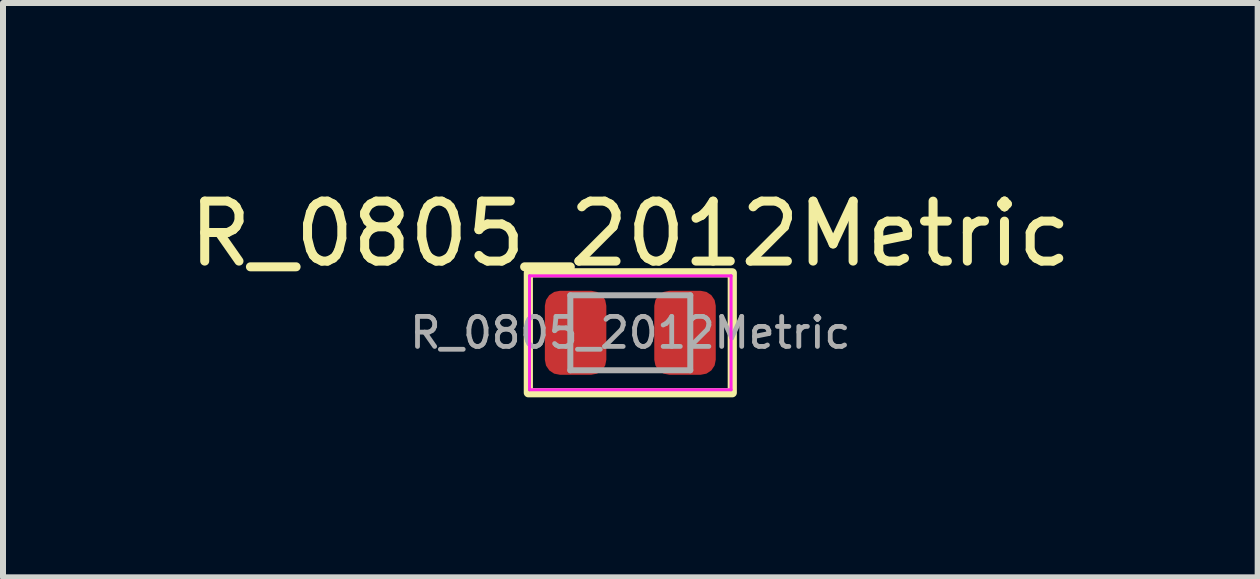
<source format=kicad_pcb>
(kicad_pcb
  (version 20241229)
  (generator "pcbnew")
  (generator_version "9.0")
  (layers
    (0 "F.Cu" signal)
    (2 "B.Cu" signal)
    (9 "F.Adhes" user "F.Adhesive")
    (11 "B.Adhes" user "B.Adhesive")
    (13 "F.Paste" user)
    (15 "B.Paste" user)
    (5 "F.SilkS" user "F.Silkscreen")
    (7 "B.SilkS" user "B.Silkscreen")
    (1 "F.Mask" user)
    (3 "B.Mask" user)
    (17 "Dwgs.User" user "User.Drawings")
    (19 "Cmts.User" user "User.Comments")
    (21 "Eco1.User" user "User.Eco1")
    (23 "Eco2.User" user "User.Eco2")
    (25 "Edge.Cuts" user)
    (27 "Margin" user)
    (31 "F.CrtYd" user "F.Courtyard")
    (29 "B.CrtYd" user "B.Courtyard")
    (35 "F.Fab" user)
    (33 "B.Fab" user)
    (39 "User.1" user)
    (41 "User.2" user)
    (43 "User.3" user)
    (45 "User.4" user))
  (footprint "R_0805_2012Metric"
    (layer "F.Cu")
    (at 7.458 2.498)
    (property "Reference" "R_0805_2012Metric" (at 0 -1.65 0) (layer "F.SilkS") (effects (font (size 1 1) (thickness 0.15))))
    (attr smd)
    (fp_rect (start -1.7 -1) (end 1.7 1) (stroke (width 0.153) (type solid)) (fill no) (layer "F.SilkS"))
    (fp_line (start -1.68 -0.95) (end 1.68 -0.95) (stroke (width 0.05) (type solid)) (layer "F.CrtYd"))
    (fp_line (start -1.68 0.95) (end -1.68 -0.95) (stroke (width 0.05) (type solid)) (layer "F.CrtYd"))
    (fp_line (start 1.68 -0.95) (end 1.68 0.95) (stroke (width 0.05) (type solid)) (layer "F.CrtYd"))
    (fp_line (start 1.68 0.95) (end -1.68 0.95) (stroke (width 0.05) (type solid)) (layer "F.CrtYd"))
    (fp_line (start -1 -0.625) (end 1 -0.625) (stroke (width 0.1) (type solid)) (layer "F.Fab"))
    (fp_line (start -1 0.625) (end -1 -0.625) (stroke (width 0.1) (type solid)) (layer "F.Fab"))
    (fp_line (start 1 -0.625) (end 1 0.625) (stroke (width 0.1) (type solid)) (layer "F.Fab"))
    (fp_line (start 1 0.625) (end -1 0.625) (stroke (width 0.1) (type solid)) (layer "F.Fab"))
    (fp_text user "${REFERENCE}" (at 0 0 0) (layer "F.Fab") (effects (font (size 0.5 0.5) (thickness 0.08))))
    (pad "1" smd roundrect (at -0.912 0) (size 1.025 1.4) (layers "F.Cu" "F.Mask" "F.Paste") (roundrect_rratio 0.244))
    (pad "2" smd roundrect (at 0.912 0) (size 1.025 1.4) (layers "F.Cu" "F.Mask" "F.Paste") (roundrect_rratio 0.244)))
  (gr_rect
    (start -3 -3)
    (end 17.917 6.575)
    (stroke (width 0.1) (type default))
    (fill no)
    (layer "Edge.Cuts")))
</source>
